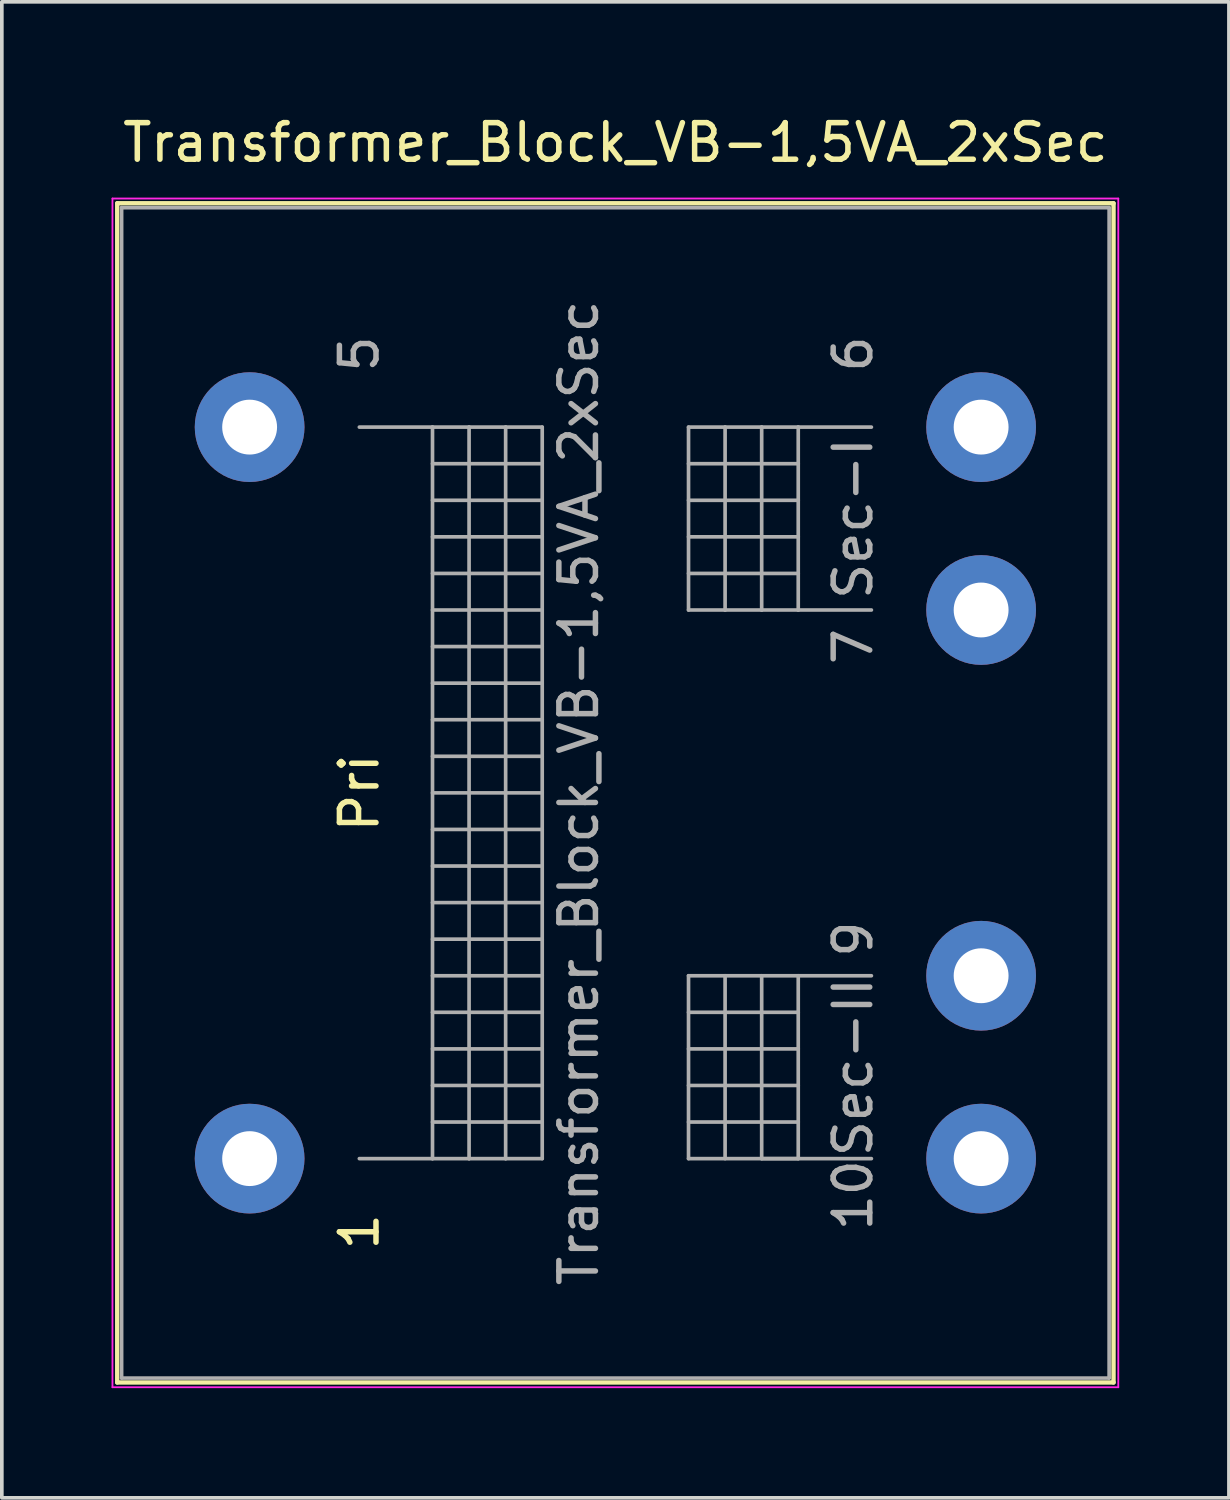
<source format=kicad_pcb>
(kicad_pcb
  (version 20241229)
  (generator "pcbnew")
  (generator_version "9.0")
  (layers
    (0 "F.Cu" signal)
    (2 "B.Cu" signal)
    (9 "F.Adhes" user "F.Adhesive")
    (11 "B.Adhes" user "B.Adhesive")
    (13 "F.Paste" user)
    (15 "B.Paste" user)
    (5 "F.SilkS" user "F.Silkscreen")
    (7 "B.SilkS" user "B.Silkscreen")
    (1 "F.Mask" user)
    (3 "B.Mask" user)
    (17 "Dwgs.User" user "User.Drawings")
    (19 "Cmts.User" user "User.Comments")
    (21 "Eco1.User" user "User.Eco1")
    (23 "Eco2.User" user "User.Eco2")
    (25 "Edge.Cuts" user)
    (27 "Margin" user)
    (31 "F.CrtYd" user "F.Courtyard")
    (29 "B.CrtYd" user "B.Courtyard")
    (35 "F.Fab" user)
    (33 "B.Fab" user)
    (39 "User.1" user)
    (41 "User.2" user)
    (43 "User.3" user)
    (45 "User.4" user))
  (footprint "Transformer_Block_VB-1,5VA_2xSec"
    (layer "F.Cu")
    (at 3.775 28.628)
    (property "Reference" "Transformer_Block_VB-1,5VA_2xSec" (at 10 -27.78 0) (layer "F.SilkS") (effects (font (size 1 1) (thickness 0.15))))
    (attr through_hole)
    (fp_line (start -3.62 -26.12) (end -3.62 6.12) (stroke (width 0.12) (type solid)) (layer "F.SilkS"))
    (fp_line (start -3.62 -26.12) (end 23.62 -26.12) (stroke (width 0.12) (type solid)) (layer "F.SilkS"))
    (fp_line (start 23.62 6.12) (end -3.62 6.12) (stroke (width 0.12) (type solid)) (layer "F.SilkS"))
    (fp_line (start 23.62 6.12) (end 23.62 -26.12) (stroke (width 0.12) (type solid)) (layer "F.SilkS"))
    (fp_line (start -3.75 -26.25) (end -3.75 6.25) (stroke (width 0.05) (type solid)) (layer "F.CrtYd"))
    (fp_line (start -3.75 -26.25) (end 23.75 -26.25) (stroke (width 0.05) (type solid)) (layer "F.CrtYd"))
    (fp_line (start 23.75 6.25) (end -3.75 6.25) (stroke (width 0.05) (type solid)) (layer "F.CrtYd"))
    (fp_line (start 23.75 6.25) (end 23.75 -26.25) (stroke (width 0.05) (type solid)) (layer "F.CrtYd"))
    (fp_line (start -3.5 -26) (end -3.5 6) (stroke (width 0.1) (type solid)) (layer "F.Fab"))
    (fp_line (start -3.5 6) (end 23.5 6) (stroke (width 0.1) (type solid)) (layer "F.Fab"))
    (fp_line (start 3 -20) (end 5 -20) (stroke (width 0.1) (type solid)) (layer "F.Fab"))
    (fp_line (start 5 -20) (end 5 0) (stroke (width 0.1) (type solid)) (layer "F.Fab"))
    (fp_line (start 5 -20) (end 6 -20) (stroke (width 0.1) (type solid)) (layer "F.Fab"))
    (fp_line (start 5 -19) (end 8 -19) (stroke (width 0.1) (type solid)) (layer "F.Fab"))
    (fp_line (start 5 -17) (end 8 -17) (stroke (width 0.1) (type solid)) (layer "F.Fab"))
    (fp_line (start 5 -15) (end 8 -15) (stroke (width 0.1) (type solid)) (layer "F.Fab"))
    (fp_line (start 5 -13) (end 8 -13) (stroke (width 0.1) (type solid)) (layer "F.Fab"))
    (fp_line (start 5 -11) (end 8 -11) (stroke (width 0.1) (type solid)) (layer "F.Fab"))
    (fp_line (start 5 -9) (end 8 -9) (stroke (width 0.1) (type solid)) (layer "F.Fab"))
    (fp_line (start 5 -7) (end 8 -7) (stroke (width 0.1) (type solid)) (layer "F.Fab"))
    (fp_line (start 5 -5) (end 8 -5) (stroke (width 0.1) (type solid)) (layer "F.Fab"))
    (fp_line (start 5 -3) (end 8 -3) (stroke (width 0.1) (type solid)) (layer "F.Fab"))
    (fp_line (start 5 -1) (end 8 -1) (stroke (width 0.1) (type solid)) (layer "F.Fab"))
    (fp_line (start 5 0) (end 3 0) (stroke (width 0.1) (type solid)) (layer "F.Fab"))
    (fp_line (start 6 -20) (end 6 0) (stroke (width 0.1) (type solid)) (layer "F.Fab"))
    (fp_line (start 6 -20) (end 7 -20) (stroke (width 0.1) (type solid)) (layer "F.Fab"))
    (fp_line (start 6 0) (end 5 0) (stroke (width 0.1) (type solid)) (layer "F.Fab"))
    (fp_line (start 7 -20) (end 7 0) (stroke (width 0.1) (type solid)) (layer "F.Fab"))
    (fp_line (start 7 -20) (end 8 -20) (stroke (width 0.1) (type solid)) (layer "F.Fab"))
    (fp_line (start 7 0) (end 6 0) (stroke (width 0.1) (type solid)) (layer "F.Fab"))
    (fp_line (start 8 -20) (end 8 0) (stroke (width 0.1) (type solid)) (layer "F.Fab"))
    (fp_line (start 8 -18) (end 5 -18) (stroke (width 0.1) (type solid)) (layer "F.Fab"))
    (fp_line (start 8 -16) (end 5 -16) (stroke (width 0.1) (type solid)) (layer "F.Fab"))
    (fp_line (start 8 -14) (end 5 -14) (stroke (width 0.1) (type solid)) (layer "F.Fab"))
    (fp_line (start 8 -12) (end 5 -12) (stroke (width 0.1) (type solid)) (layer "F.Fab"))
    (fp_line (start 8 -10) (end 5 -10) (stroke (width 0.1) (type solid)) (layer "F.Fab"))
    (fp_line (start 8 -8) (end 5 -8) (stroke (width 0.1) (type solid)) (layer "F.Fab"))
    (fp_line (start 8 -6) (end 5 -6) (stroke (width 0.1) (type solid)) (layer "F.Fab"))
    (fp_line (start 8 -4) (end 5 -4) (stroke (width 0.1) (type solid)) (layer "F.Fab"))
    (fp_line (start 8 -2) (end 5 -2) (stroke (width 0.1) (type solid)) (layer "F.Fab"))
    (fp_line (start 8 0) (end 7 0) (stroke (width 0.1) (type solid)) (layer "F.Fab"))
    (fp_line (start 12 -20) (end 12 -15) (stroke (width 0.1) (type solid)) (layer "F.Fab"))
    (fp_line (start 12 -19) (end 15 -19) (stroke (width 0.1) (type solid)) (layer "F.Fab"))
    (fp_line (start 12 -17) (end 15 -17) (stroke (width 0.1) (type solid)) (layer "F.Fab"))
    (fp_line (start 12 -15) (end 13 -15) (stroke (width 0.1) (type solid)) (layer "F.Fab"))
    (fp_line (start 12 -5) (end 12 0) (stroke (width 0.1) (type solid)) (layer "F.Fab"))
    (fp_line (start 12 -4) (end 15 -4) (stroke (width 0.1) (type solid)) (layer "F.Fab"))
    (fp_line (start 12 -2) (end 15 -2) (stroke (width 0.1) (type solid)) (layer "F.Fab"))
    (fp_line (start 12 0) (end 17 0) (stroke (width 0.1) (type solid)) (layer "F.Fab"))
    (fp_line (start 13 -20) (end 12 -20) (stroke (width 0.1) (type solid)) (layer "F.Fab"))
    (fp_line (start 13 -20) (end 13 -15) (stroke (width 0.1) (type solid)) (layer "F.Fab"))
    (fp_line (start 13 -15) (end 14 -15) (stroke (width 0.1) (type solid)) (layer "F.Fab"))
    (fp_line (start 13 -5) (end 13 0) (stroke (width 0.1) (type solid)) (layer "F.Fab"))
    (fp_line (start 14 -20) (end 13 -20) (stroke (width 0.1) (type solid)) (layer "F.Fab"))
    (fp_line (start 14 -20) (end 14 -15) (stroke (width 0.1) (type solid)) (layer "F.Fab"))
    (fp_line (start 14 -15) (end 15 -15) (stroke (width 0.1) (type solid)) (layer "F.Fab"))
    (fp_line (start 14 0) (end 14 -5) (stroke (width 0.1) (type solid)) (layer "F.Fab"))
    (fp_line (start 15 -20) (end 14 -20) (stroke (width 0.1) (type solid)) (layer "F.Fab"))
    (fp_line (start 15 -20) (end 15 -15) (stroke (width 0.1) (type solid)) (layer "F.Fab"))
    (fp_line (start 15 -18) (end 12 -18) (stroke (width 0.1) (type solid)) (layer "F.Fab"))
    (fp_line (start 15 -16) (end 12 -16) (stroke (width 0.1) (type solid)) (layer "F.Fab"))
    (fp_line (start 15 -15) (end 17 -15) (stroke (width 0.1) (type solid)) (layer "F.Fab"))
    (fp_line (start 15 -5) (end 15 0) (stroke (width 0.1) (type solid)) (layer "F.Fab"))
    (fp_line (start 15 -3) (end 12 -3) (stroke (width 0.1) (type solid)) (layer "F.Fab"))
    (fp_line (start 15 -1) (end 12 -1) (stroke (width 0.1) (type solid)) (layer "F.Fab"))
    (fp_line (start 15 0) (end 14 0) (stroke (width 0.1) (type solid)) (layer "F.Fab"))
    (fp_line (start 17 -20) (end 15 -20) (stroke (width 0.1) (type solid)) (layer "F.Fab"))
    (fp_line (start 17 -5) (end 12 -5) (stroke (width 0.1) (type solid)) (layer "F.Fab"))
    (fp_line (start 23.5 -26) (end -3.5 -26) (stroke (width 0.1) (type solid)) (layer "F.Fab"))
    (fp_line (start 23.5 6) (end 23.5 -26) (stroke (width 0.1) (type solid)) (layer "F.Fab"))
    (fp_text user "Pri" (at 3 -10 90) (layer "F.SilkS") (effects (font (size 1 1) (thickness 0.15))))
    (fp_text user "1" (at 3 2 90) (layer "F.SilkS") (effects (font (size 1 1) (thickness 0.15))))
    (fp_text user "Sec-I" (at 16.5 -17.5 90) (layer "F.Fab") (effects (font (size 1 1) (thickness 0.15))))
    (fp_text user "5" (at 3 -22 90) (layer "F.Fab") (effects (font (size 1 1) (thickness 0.15))))
    (fp_text user "10" (at 16.5 1 90) (layer "F.Fab") (effects (font (size 1 1) (thickness 0.15))))
    (fp_text user "7" (at 16.5 -14 90) (layer "F.Fab") (effects (font (size 1 1) (thickness 0.15))))
    (fp_text user "Sec-II" (at 16.5 -2.5 90) (layer "F.Fab") (effects (font (size 1 1) (thickness 0.15))))
    (fp_text user "9" (at 16.5 -6 90) (layer "F.Fab") (effects (font (size 1 1) (thickness 0.15))))
    (fp_text user "${REFERENCE}" (at 9 -10 90) (layer "F.Fab") (effects (font (size 1 1) (thickness 0.15))))
    (fp_text user "6" (at 16.5 -22 90) (layer "F.Fab") (effects (font (size 1 1) (thickness 0.15))))
    (pad "1" thru_hole circle (at 0 0) (size 3 3) (drill 1.5) (layers "*.Cu" "*.Mask"))
    (pad "5" thru_hole circle (at 0 -20) (size 3 3) (drill 1.5) (layers "*.Cu" "*.Mask"))
    (pad "6" thru_hole circle (at 20 -20) (size 3 3) (drill 1.5) (layers "*.Cu" "*.Mask"))
    (pad "7" thru_hole circle (at 20 -15) (size 3 3) (drill 1.5) (layers "*.Cu" "*.Mask"))
    (pad "9" thru_hole circle (at 20 -5) (size 3 3) (drill 1.5) (layers "*.Cu" "*.Mask"))
    (pad "10" thru_hole circle (at 20 0) (size 3 3) (drill 1.5) (layers "*.Cu" "*.Mask")))
  (gr_rect
    (start -3 -3)
    (end 30.55 37.903)
    (stroke (width 0.1) (type default))
    (fill no)
    (layer "Edge.Cuts")))
</source>
